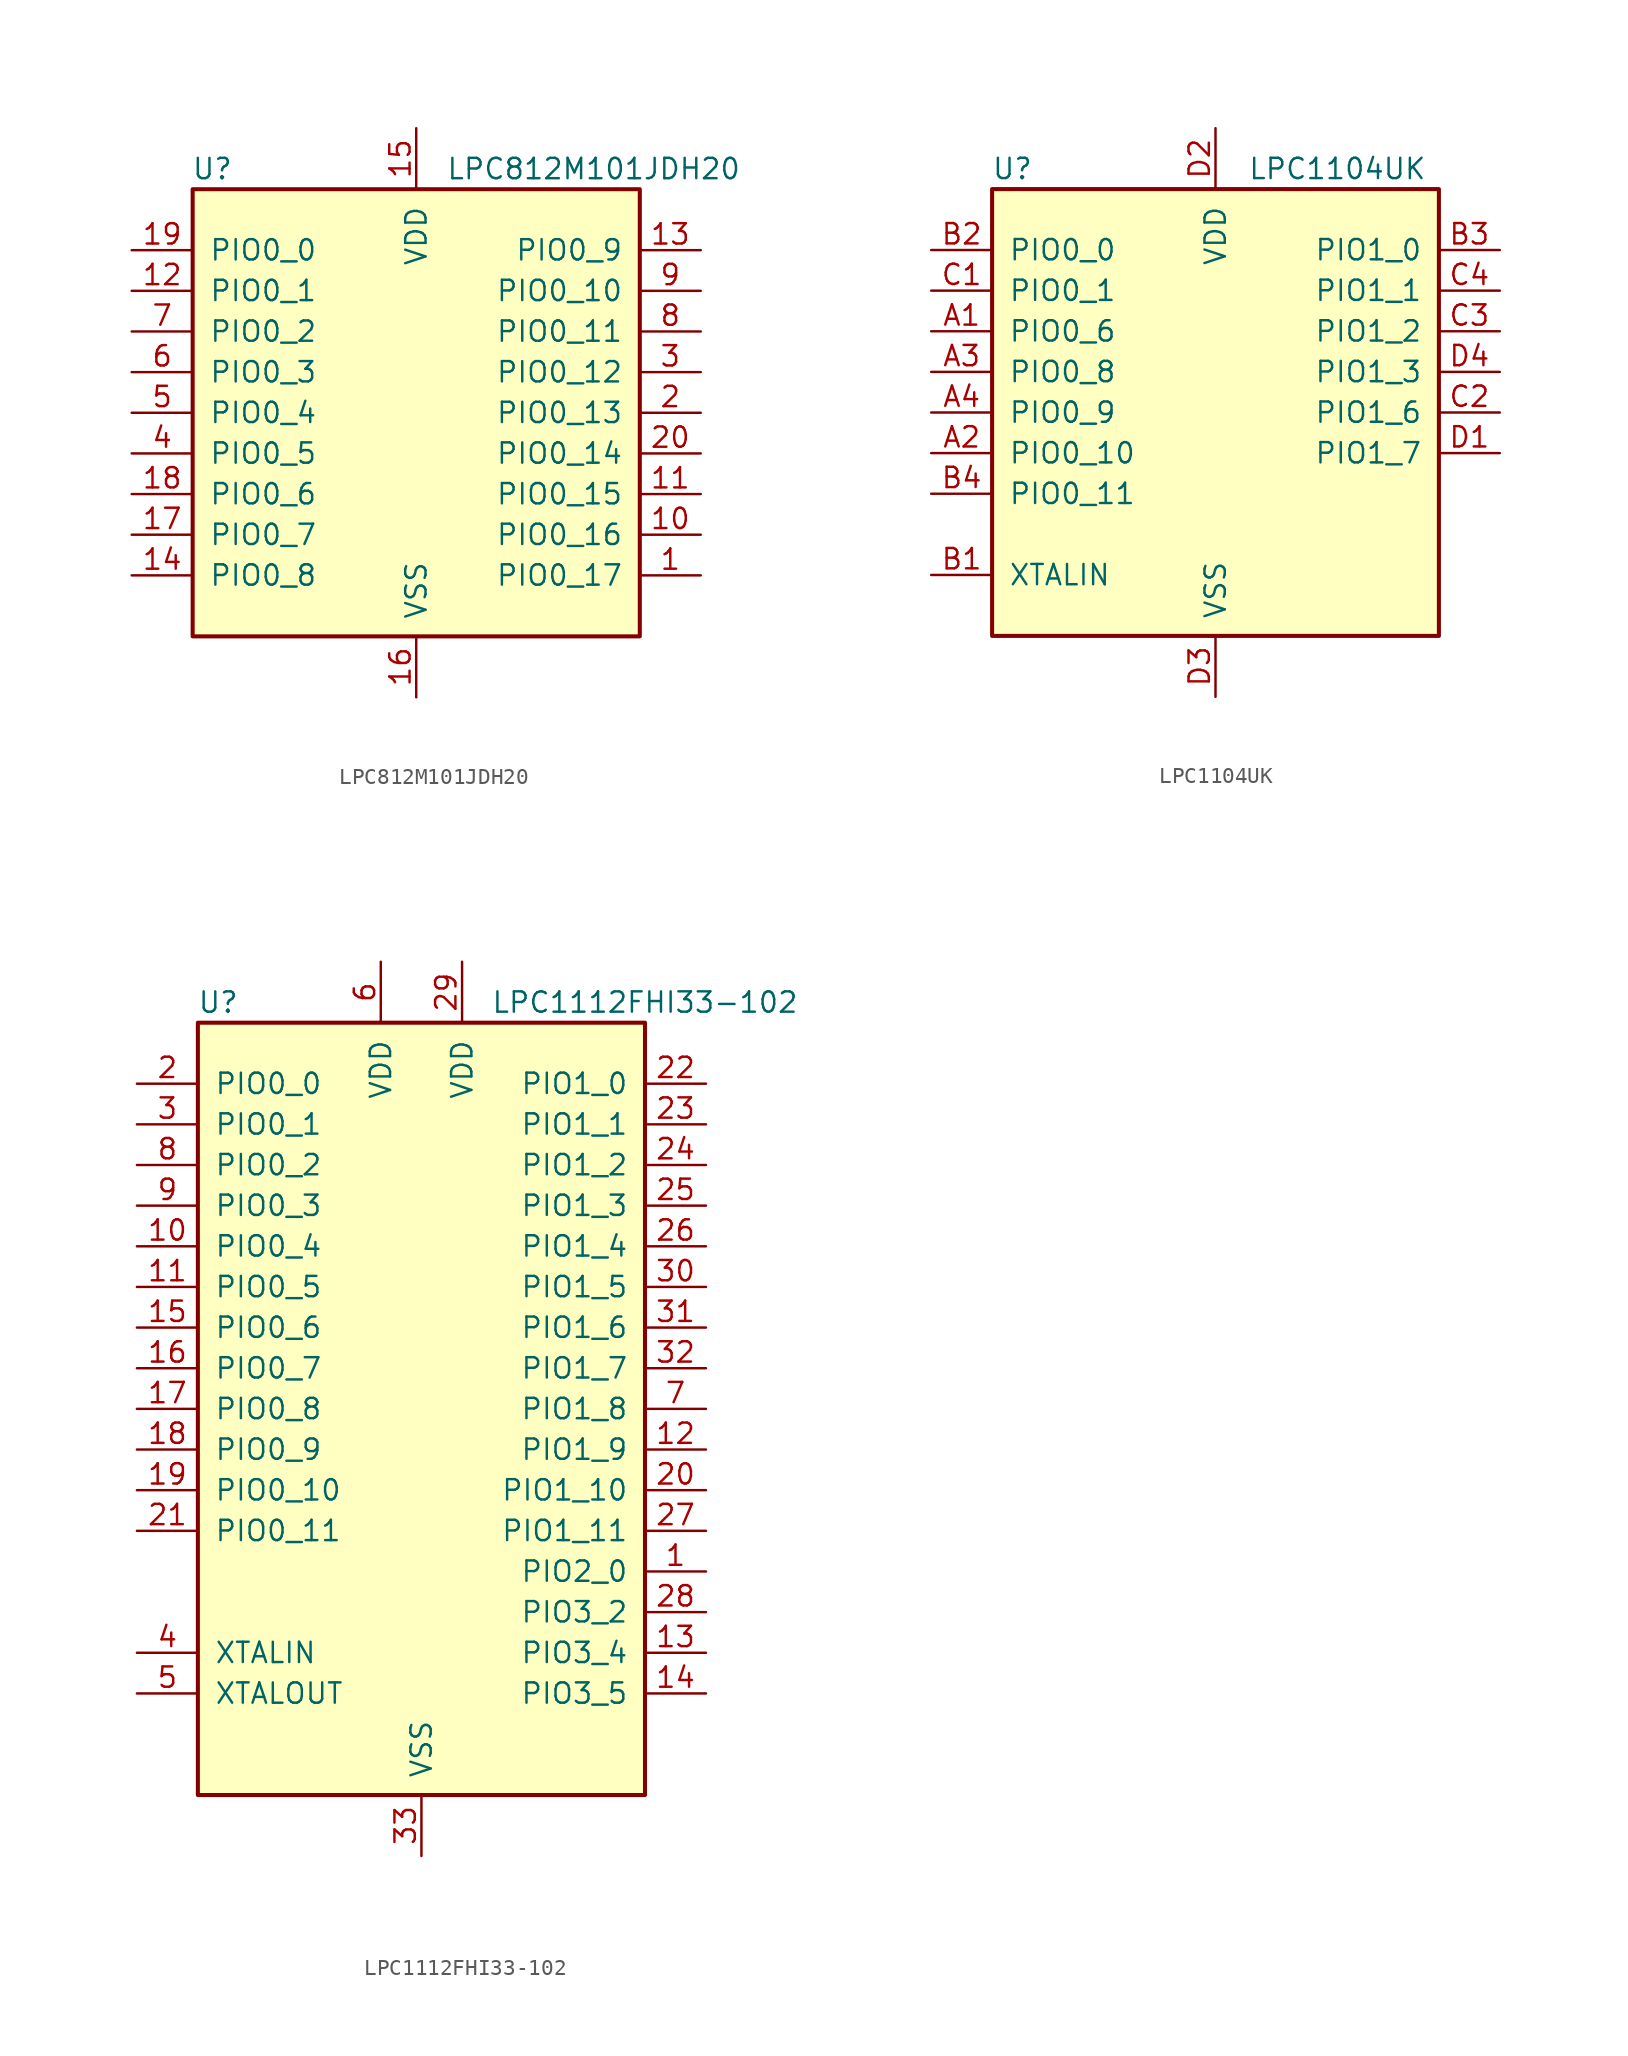
<source format=kicad_sym>
(kicad_symbol_lib
  (version 20220914)
  (generator kicad_symbol_editor)
  (symbol "LPC812M101JDH20"
    (pin_names
      (offset 1.016))
    (property "Reference" "U"
      (at -11.43 15.24 0)
      (effects (font (size 1.27 1.27)) (justify right)))
    (property "Value" "LPC812M101JDH20"
      (at 20.32 15.24 0)
      (effects (font (size 1.27 1.27)) (justify right)))
    (symbol "LPC812M101JDH20_0_1"
      (rectangle (start 13.97 13.97) (end -13.97 -13.97) (stroke (width 0.254) (type default)) (fill (type background))))
    (symbol "LPC812M101JDH20_1_1"
      (pin bidirectional line (at 17.78 -10.16 180) (length 3.81) (name "PIO0_17" (effects (font (size 1.27 1.27)))) (number "1" (effects (font (size 1.27 1.27)))))
      (pin bidirectional line (at 17.78 -7.62 180) (length 3.81) (name "PIO0_16" (effects (font (size 1.27 1.27)))) (number "10" (effects (font (size 1.27 1.27)))))
      (pin bidirectional line (at 17.78 -5.08 180) (length 3.81) (name "PIO0_15" (effects (font (size 1.27 1.27)))) (number "11" (effects (font (size 1.27 1.27)))))
      (pin bidirectional line (at -17.78 7.62 0) (length 3.81) (name "PIO0_1" (effects (font (size 1.27 1.27)))) (number "12" (effects (font (size 1.27 1.27)))))
      (pin bidirectional line (at 17.78 10.16 180) (length 3.81) (name "PIO0_9" (effects (font (size 1.27 1.27)))) (number "13" (effects (font (size 1.27 1.27)))))
      (pin bidirectional line (at -17.78 -10.16 0) (length 3.81) (name "PIO0_8" (effects (font (size 1.27 1.27)))) (number "14" (effects (font (size 1.27 1.27)))))
      (pin power_in line (at 0 17.78 270) (length 3.81) (name "VDD" (effects (font (size 1.27 1.27)))) (number "15" (effects (font (size 1.27 1.27)))))
      (pin power_in line (at 0 -17.78 90) (length 3.81) (name "VSS" (effects (font (size 1.27 1.27)))) (number "16" (effects (font (size 1.27 1.27)))))
      (pin bidirectional line (at -17.78 -7.62 0) (length 3.81) (name "PIO0_7" (effects (font (size 1.27 1.27)))) (number "17" (effects (font (size 1.27 1.27)))))
      (pin bidirectional line (at -17.78 -5.08 0) (length 3.81) (name "PIO0_6" (effects (font (size 1.27 1.27)))) (number "18" (effects (font (size 1.27 1.27)))))
      (pin bidirectional line (at -17.78 10.16 0) (length 3.81) (name "PIO0_0" (effects (font (size 1.27 1.27)))) (number "19" (effects (font (size 1.27 1.27)))))
      (pin bidirectional line (at 17.78 0 180) (length 3.81) (name "PIO0_13" (effects (font (size 1.27 1.27)))) (number "2" (effects (font (size 1.27 1.27)))))
      (pin bidirectional line (at 17.78 -2.54 180) (length 3.81) (name "PIO0_14" (effects (font (size 1.27 1.27)))) (number "20" (effects (font (size 1.27 1.27)))))
      (pin bidirectional line (at 17.78 2.54 180) (length 3.81) (name "PIO0_12" (effects (font (size 1.27 1.27)))) (number "3" (effects (font (size 1.27 1.27)))))
      (pin bidirectional line (at -17.78 -2.54 0) (length 3.81) (name "PIO0_5" (effects (font (size 1.27 1.27)))) (number "4" (effects (font (size 1.27 1.27)))))
      (pin bidirectional line (at -17.78 0 0) (length 3.81) (name "PIO0_4" (effects (font (size 1.27 1.27)))) (number "5" (effects (font (size 1.27 1.27)))))
      (pin bidirectional line (at -17.78 2.54 0) (length 3.81) (name "PIO0_3" (effects (font (size 1.27 1.27)))) (number "6" (effects (font (size 1.27 1.27)))))
      (pin bidirectional line (at -17.78 5.08 0) (length 3.81) (name "PIO0_2" (effects (font (size 1.27 1.27)))) (number "7" (effects (font (size 1.27 1.27)))))
      (pin bidirectional line (at 17.78 5.08 180) (length 3.81) (name "PIO0_11" (effects (font (size 1.27 1.27)))) (number "8" (effects (font (size 1.27 1.27)))))
      (pin bidirectional line (at 17.78 7.62 180) (length 3.81) (name "PIO0_10" (effects (font (size 1.27 1.27)))) (number "9" (effects (font (size 1.27 1.27)))))))
  (symbol "LPC1104UK"
    (pin_names
      (offset 1.016))
    (property "Reference" "U"
      (at -12.7 15.24 0)
      (effects (font (size 1.27 1.27))))
    (property "Value" "LPC1104UK"
      (at 7.62 15.24 0)
      (effects (font (size 1.27 1.27))))
    (symbol "LPC1104UK_0_1"
      (rectangle (start -13.97 13.97) (end 13.97 -13.97) (stroke (width 0.254) (type default)) (fill (type background))))
    (symbol "LPC1104UK_1_1"
      (pin bidirectional line (at -17.78 5.08 0) (length 3.81) (name "PIO0_6" (effects (font (size 1.27 1.27)))) (number "A1" (effects (font (size 1.27 1.27)))))
      (pin bidirectional line (at -17.78 -2.54 0) (length 3.81) (name "PIO0_10" (effects (font (size 1.27 1.27)))) (number "A2" (effects (font (size 1.27 1.27)))))
      (pin bidirectional line (at -17.78 2.54 0) (length 3.81) (name "PIO0_8" (effects (font (size 1.27 1.27)))) (number "A3" (effects (font (size 1.27 1.27)))))
      (pin bidirectional line (at -17.78 0 0) (length 3.81) (name "PIO0_9" (effects (font (size 1.27 1.27)))) (number "A4" (effects (font (size 1.27 1.27)))))
      (pin input line (at -17.78 -10.16 0) (length 3.81) (name "XTALIN" (effects (font (size 1.27 1.27)))) (number "B1" (effects (font (size 1.27 1.27)))))
      (pin bidirectional line (at -17.78 10.16 0) (length 3.81) (name "PIO0_0" (effects (font (size 1.27 1.27)))) (number "B2" (effects (font (size 1.27 1.27)))))
      (pin bidirectional line (at 17.78 10.16 180) (length 3.81) (name "PIO1_0" (effects (font (size 1.27 1.27)))) (number "B3" (effects (font (size 1.27 1.27)))))
      (pin bidirectional line (at -17.78 -5.08 0) (length 3.81) (name "PIO0_11" (effects (font (size 1.27 1.27)))) (number "B4" (effects (font (size 1.27 1.27)))))
      (pin bidirectional line (at -17.78 7.62 0) (length 3.81) (name "PIO0_1" (effects (font (size 1.27 1.27)))) (number "C1" (effects (font (size 1.27 1.27)))))
      (pin bidirectional line (at 17.78 0 180) (length 3.81) (name "PIO1_6" (effects (font (size 1.27 1.27)))) (number "C2" (effects (font (size 1.27 1.27)))))
      (pin bidirectional line (at 17.78 5.08 180) (length 3.81) (name "PIO1_2" (effects (font (size 1.27 1.27)))) (number "C3" (effects (font (size 1.27 1.27)))))
      (pin bidirectional line (at 17.78 7.62 180) (length 3.81) (name "PIO1_1" (effects (font (size 1.27 1.27)))) (number "C4" (effects (font (size 1.27 1.27)))))
      (pin bidirectional line (at 17.78 -2.54 180) (length 3.81) (name "PIO1_7" (effects (font (size 1.27 1.27)))) (number "D1" (effects (font (size 1.27 1.27)))))
      (pin power_in line (at 0 17.78 270) (length 3.81) (name "VDD" (effects (font (size 1.27 1.27)))) (number "D2" (effects (font (size 1.27 1.27)))))
      (pin power_in line (at 0 -17.78 90) (length 3.81) (name "VSS" (effects (font (size 1.27 1.27)))) (number "D3" (effects (font (size 1.27 1.27)))))
      (pin bidirectional line (at 17.78 2.54 180) (length 3.81) (name "PIO1_3" (effects (font (size 1.27 1.27)))) (number "D4" (effects (font (size 1.27 1.27)))))))
  (symbol "LPC1112FHI33-102"
    (pin_names
      (offset 1.016))
    (property "Reference" "U"
      (at -12.7 25.4 0)
      (effects (font (size 1.27 1.27))))
    (property "Value" "LPC1112FHI33-102"
      (at 13.97 25.4 0)
      (effects (font (size 1.27 1.27))))
    (symbol "LPC1112FHI33-102_0_1"
      (rectangle (start -13.97 24.13) (end 13.97 -24.13) (stroke (width 0.254) (type default)) (fill (type background))))
    (symbol "LPC1112FHI33-102_1_1"
      (pin bidirectional line (at 17.78 -10.16 180) (length 3.81) (name "PIO2_0" (effects (font (size 1.27 1.27)))) (number "1" (effects (font (size 1.27 1.27)))))
      (pin bidirectional line (at -17.78 10.16 0) (length 3.81) (name "PIO0_4" (effects (font (size 1.27 1.27)))) (number "10" (effects (font (size 1.27 1.27)))))
      (pin bidirectional line (at -17.78 7.62 0) (length 3.81) (name "PIO0_5" (effects (font (size 1.27 1.27)))) (number "11" (effects (font (size 1.27 1.27)))))
      (pin bidirectional line (at 17.78 -2.54 180) (length 3.81) (name "PIO1_9" (effects (font (size 1.27 1.27)))) (number "12" (effects (font (size 1.27 1.27)))))
      (pin bidirectional line (at 17.78 -15.24 180) (length 3.81) (name "PIO3_4" (effects (font (size 1.27 1.27)))) (number "13" (effects (font (size 1.27 1.27)))))
      (pin bidirectional line (at 17.78 -17.78 180) (length 3.81) (name "PIO3_5" (effects (font (size 1.27 1.27)))) (number "14" (effects (font (size 1.27 1.27)))))
      (pin bidirectional line (at -17.78 5.08 0) (length 3.81) (name "PIO0_6" (effects (font (size 1.27 1.27)))) (number "15" (effects (font (size 1.27 1.27)))))
      (pin bidirectional line (at -17.78 2.54 0) (length 3.81) (name "PIO0_7" (effects (font (size 1.27 1.27)))) (number "16" (effects (font (size 1.27 1.27)))))
      (pin bidirectional line (at -17.78 0 0) (length 3.81) (name "PIO0_8" (effects (font (size 1.27 1.27)))) (number "17" (effects (font (size 1.27 1.27)))))
      (pin bidirectional line (at -17.78 -2.54 0) (length 3.81) (name "PIO0_9" (effects (font (size 1.27 1.27)))) (number "18" (effects (font (size 1.27 1.27)))))
      (pin bidirectional line (at -17.78 -5.08 0) (length 3.81) (name "PIO0_10" (effects (font (size 1.27 1.27)))) (number "19" (effects (font (size 1.27 1.27)))))
      (pin bidirectional line (at -17.78 20.32 0) (length 3.81) (name "PIO0_0" (effects (font (size 1.27 1.27)))) (number "2" (effects (font (size 1.27 1.27)))))
      (pin bidirectional line (at 17.78 -5.08 180) (length 3.81) (name "PIO1_10" (effects (font (size 1.27 1.27)))) (number "20" (effects (font (size 1.27 1.27)))))
      (pin bidirectional line (at -17.78 -7.62 0) (length 3.81) (name "PIO0_11" (effects (font (size 1.27 1.27)))) (number "21" (effects (font (size 1.27 1.27)))))
      (pin bidirectional line (at 17.78 20.32 180) (length 3.81) (name "PIO1_0" (effects (font (size 1.27 1.27)))) (number "22" (effects (font (size 1.27 1.27)))))
      (pin bidirectional line (at 17.78 17.78 180) (length 3.81) (name "PIO1_1" (effects (font (size 1.27 1.27)))) (number "23" (effects (font (size 1.27 1.27)))))
      (pin bidirectional line (at 17.78 15.24 180) (length 3.81) (name "PIO1_2" (effects (font (size 1.27 1.27)))) (number "24" (effects (font (size 1.27 1.27)))))
      (pin bidirectional line (at 17.78 12.7 180) (length 3.81) (name "PIO1_3" (effects (font (size 1.27 1.27)))) (number "25" (effects (font (size 1.27 1.27)))))
      (pin bidirectional line (at 17.78 10.16 180) (length 3.81) (name "PIO1_4" (effects (font (size 1.27 1.27)))) (number "26" (effects (font (size 1.27 1.27)))))
      (pin bidirectional line (at 17.78 -7.62 180) (length 3.81) (name "PIO1_11" (effects (font (size 1.27 1.27)))) (number "27" (effects (font (size 1.27 1.27)))))
      (pin bidirectional line (at 17.78 -12.7 180) (length 3.81) (name "PIO3_2" (effects (font (size 1.27 1.27)))) (number "28" (effects (font (size 1.27 1.27)))))
      (pin power_in line (at 2.54 27.94 270) (length 3.81) (name "VDD" (effects (font (size 1.27 1.27)))) (number "29" (effects (font (size 1.27 1.27)))))
      (pin bidirectional line (at -17.78 17.78 0) (length 3.81) (name "PIO0_1" (effects (font (size 1.27 1.27)))) (number "3" (effects (font (size 1.27 1.27)))))
      (pin bidirectional line (at 17.78 7.62 180) (length 3.81) (name "PIO1_5" (effects (font (size 1.27 1.27)))) (number "30" (effects (font (size 1.27 1.27)))))
      (pin bidirectional line (at 17.78 5.08 180) (length 3.81) (name "PIO1_6" (effects (font (size 1.27 1.27)))) (number "31" (effects (font (size 1.27 1.27)))))
      (pin bidirectional line (at 17.78 2.54 180) (length 3.81) (name "PIO1_7" (effects (font (size 1.27 1.27)))) (number "32" (effects (font (size 1.27 1.27)))))
      (pin power_in line (at 0 -27.94 90) (length 3.81) (name "VSS" (effects (font (size 1.27 1.27)))) (number "33" (effects (font (size 1.27 1.27)))))
      (pin input line (at -17.78 -15.24 0) (length 3.81) (name "XTALIN" (effects (font (size 1.27 1.27)))) (number "4" (effects (font (size 1.27 1.27)))))
      (pin output line (at -17.78 -17.78 0) (length 3.81) (name "XTALOUT" (effects (font (size 1.27 1.27)))) (number "5" (effects (font (size 1.27 1.27)))))
      (pin power_in line (at -2.54 27.94 270) (length 3.81) (name "VDD" (effects (font (size 1.27 1.27)))) (number "6" (effects (font (size 1.27 1.27)))))
      (pin bidirectional line (at 17.78 0 180) (length 3.81) (name "PIO1_8" (effects (font (size 1.27 1.27)))) (number "7" (effects (font (size 1.27 1.27)))))
      (pin bidirectional line (at -17.78 15.24 0) (length 3.81) (name "PIO0_2" (effects (font (size 1.27 1.27)))) (number "8" (effects (font (size 1.27 1.27)))))
      (pin bidirectional line (at -17.78 12.7 0) (length 3.81) (name "PIO0_3" (effects (font (size 1.27 1.27)))) (number "9" (effects (font (size 1.27 1.27))))))))
</source>
